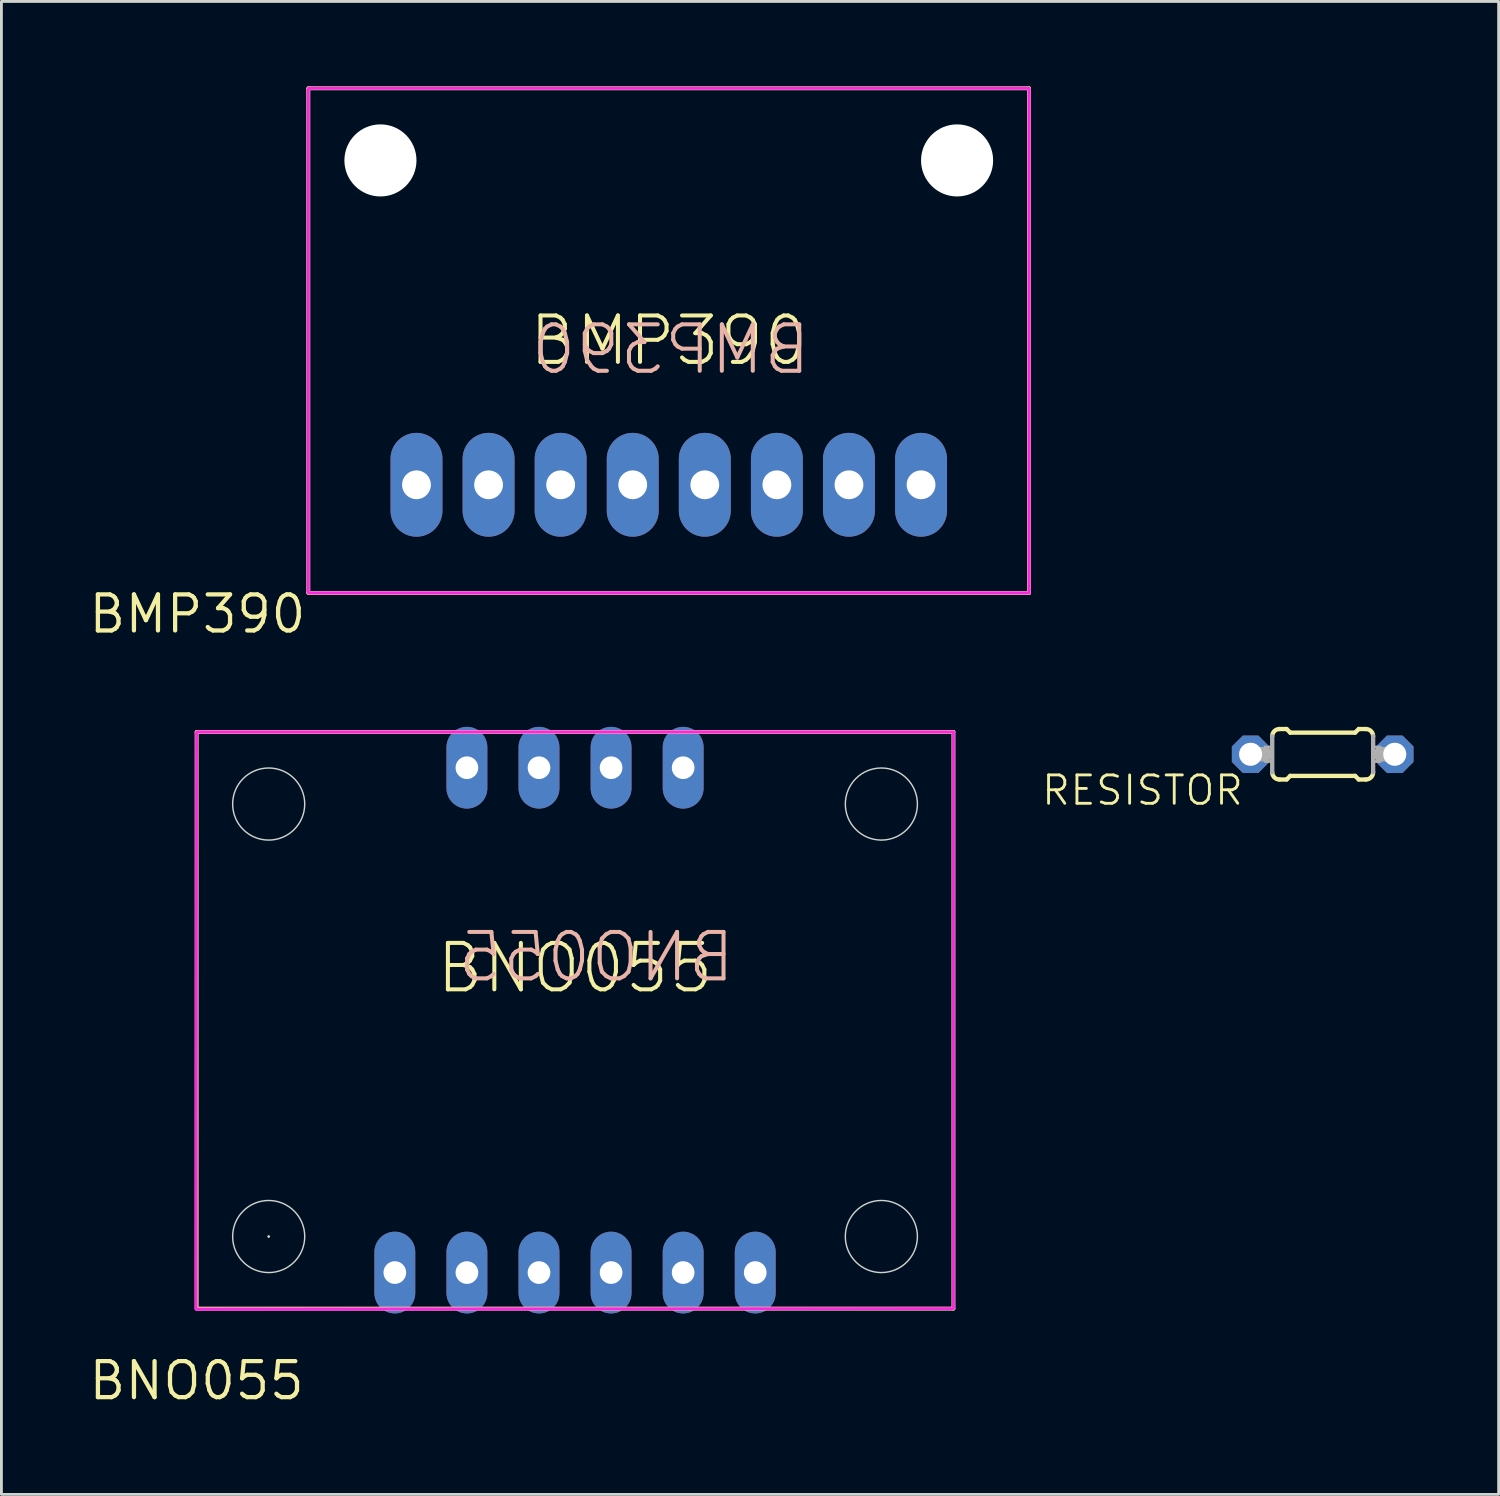
<source format=kicad_pcb>
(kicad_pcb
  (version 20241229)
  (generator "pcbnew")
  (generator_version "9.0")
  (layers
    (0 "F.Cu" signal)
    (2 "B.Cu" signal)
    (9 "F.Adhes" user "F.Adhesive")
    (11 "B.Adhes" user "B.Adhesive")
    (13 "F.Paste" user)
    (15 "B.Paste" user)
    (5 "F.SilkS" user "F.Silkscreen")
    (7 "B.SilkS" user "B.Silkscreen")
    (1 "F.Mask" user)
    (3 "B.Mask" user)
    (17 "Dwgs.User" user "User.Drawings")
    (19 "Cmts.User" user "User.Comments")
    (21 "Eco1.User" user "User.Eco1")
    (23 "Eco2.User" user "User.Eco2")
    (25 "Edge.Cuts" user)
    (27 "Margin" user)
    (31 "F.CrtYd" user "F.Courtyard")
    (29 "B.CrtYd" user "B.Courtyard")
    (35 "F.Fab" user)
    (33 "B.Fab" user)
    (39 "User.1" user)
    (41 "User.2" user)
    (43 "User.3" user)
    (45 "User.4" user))
  (footprint "BMP390"
    (layer "F.Cu")
    (at 7.816 17.843)
    (property "Reference" "BMP390" (at 0 0 0) (layer "F.SilkS") (effects (font (size 1.27 1.27) (thickness 0.15)) (justify right top)))
    (fp_line (start 0 -17.78) (end 0 0) (stroke (width 0.127) (type solid)) (layer "F.SilkS"))
    (fp_line (start 0 0) (end 25.4 0) (stroke (width 0.127) (type solid)) (layer "F.SilkS"))
    (fp_line (start 25.4 -17.78) (end 0 -17.78) (stroke (width 0.127) (type solid)) (layer "F.SilkS"))
    (fp_line (start 25.4 0) (end 25.4 -17.78) (stroke (width 0.127) (type solid)) (layer "F.SilkS"))
    (fp_line (start 0 -17.78) (end 0 0) (stroke (width 0.127) (type solid)) (layer "B.SilkS"))
    (fp_line (start 0 0) (end 25.4 0) (stroke (width 0.127) (type solid)) (layer "B.SilkS"))
    (fp_line (start 25.4 -17.78) (end 0 -17.78) (stroke (width 0.127) (type solid)) (layer "B.SilkS"))
    (fp_line (start 25.4 0) (end 25.4 -17.78) (stroke (width 0.127) (type solid)) (layer "B.SilkS"))
    (fp_poly (pts (xy 0 0) (xy 25.4 0) (xy 25.4 -17.78) (xy 0 -17.78)) (stroke (width 0.1) (type default)) (fill no) (layer "F.CrtYd"))
    (fp_text user "BMP390" (at 12.7 -8.89 0) (layer "F.SilkS") (effects (font (size 1.636 1.636) (thickness 0.142))))
    (fp_text user "BMP390" (at 17.78 -7.62 0) (unlocked yes) (layer "B.SilkS") (effects (font (size 1.636 1.636) (thickness 0.142)) (justify left bottom mirror)))
    (pad "" np_thru_hole circle (at 2.54 -15.24) (size 2.54 2.54) (drill 2.54) (layers "*.Cu" "*.Mask"))
    (pad "" np_thru_hole circle (at 22.86 -15.24) (size 2.54 2.54) (drill 2.54) (layers "*.Cu" "*.Mask"))
    (pad "3V0" thru_hole oval (at 6.35 -3.81 90) (size 3.658 1.829) (drill 1.016) (layers "*.Cu" "*.Mask"))
    (pad "CS" thru_hole oval (at 19.05 -3.81 90) (size 3.658 1.829) (drill 1.016) (layers "*.Cu" "*.Mask"))
    (pad "GND" thru_hole oval (at 8.89 -3.81 90) (size 3.658 1.829) (drill 1.016) (layers "*.Cu" "*.Mask"))
    (pad "INT" thru_hole oval (at 21.59 -3.81 90) (size 3.658 1.829) (drill 1.016) (layers "*.Cu" "*.Mask"))
    (pad "SCL" thru_hole oval (at 11.43 -3.81 90) (size 3.658 1.829) (drill 1.016) (layers "*.Cu" "*.Mask"))
    (pad "SDA" thru_hole oval (at 16.51 -3.81 90) (size 3.658 1.829) (drill 1.016) (layers "*.Cu" "*.Mask"))
    (pad "SDC" thru_hole oval (at 13.97 -3.81 90) (size 3.658 1.829) (drill 1.016) (layers "*.Cu" "*.Mask"))
    (pad "VIN" thru_hole oval (at 3.81 -3.81 90) (size 3.658 1.829) (drill 1.016) (layers "*.Cu" "*.Mask")))
  (footprint "RESISTOR"
    (layer "F.Cu")
    (at 38.479 26.069)
    (property "Reference" "RESISTOR" (at -1.27 -1.27 0) (unlocked yes) (layer "F.SilkS") (effects (font (size 1 1) (thickness 0.1))))
    (attr through_hole)
    (fp_line (start 3.556 -3.429) (end 3.81 -3.429) (stroke (width 0.152) (type solid)) (layer "F.SilkS"))
    (fp_line (start 3.556 -1.651) (end 3.81 -1.651) (stroke (width 0.152) (type solid)) (layer "F.SilkS"))
    (fp_line (start 3.937 -3.302) (end 3.81 -3.429) (stroke (width 0.152) (type solid)) (layer "F.SilkS"))
    (fp_line (start 3.937 -1.778) (end 3.81 -1.651) (stroke (width 0.152) (type solid)) (layer "F.SilkS"))
    (fp_line (start 6.223 -3.302) (end 3.937 -3.302) (stroke (width 0.152) (type solid)) (layer "F.SilkS"))
    (fp_line (start 6.223 -3.302) (end 6.35 -3.429) (stroke (width 0.152) (type solid)) (layer "F.SilkS"))
    (fp_line (start 6.223 -1.778) (end 3.937 -1.778) (stroke (width 0.152) (type solid)) (layer "F.SilkS"))
    (fp_line (start 6.223 -1.778) (end 6.35 -1.651) (stroke (width 0.152) (type solid)) (layer "F.SilkS"))
    (fp_line (start 6.604 -3.429) (end 6.35 -3.429) (stroke (width 0.152) (type solid)) (layer "F.SilkS"))
    (fp_line (start 6.604 -1.651) (end 6.35 -1.651) (stroke (width 0.152) (type solid)) (layer "F.SilkS"))
    (fp_arc (start 3.302 -3.175) (mid 3.376395 -3.354605) (end 3.556 -3.429) (stroke (width 0.1524) (type solid)) (layer "F.SilkS"))
    (fp_arc (start 3.556 -1.651) (mid 3.376395 -1.725395) (end 3.302 -1.905) (stroke (width 0.1524) (type solid)) (layer "F.SilkS"))
    (fp_arc (start 6.604 -3.429) (mid 6.783605 -3.354605) (end 6.858 -3.175) (stroke (width 0.1524) (type solid)) (layer "F.SilkS"))
    (fp_arc (start 6.858 -1.905) (mid 6.783605 -1.725395) (end 6.604 -1.651) (stroke (width 0.1524) (type solid)) (layer "F.SilkS"))
    (fp_line (start 2.54 -2.54) (end 3.048 -2.54) (stroke (width 0.508) (type solid)) (layer "F.Fab"))
    (fp_line (start 3.302 -1.905) (end 3.302 -3.175) (stroke (width 0.152) (type solid)) (layer "F.Fab"))
    (fp_line (start 6.858 -1.905) (end 6.858 -3.175) (stroke (width 0.152) (type solid)) (layer "F.Fab"))
    (fp_line (start 7.62 -2.54) (end 7.112 -2.54) (stroke (width 0.508) (type solid)) (layer "F.Fab"))
    (fp_poly (pts (xy 3.048 -2.286) (xy 3.302 -2.286) (xy 3.302 -2.794) (xy 3.048 -2.794)) (stroke (width 0.1) (type default)) (fill no) (layer "F.Fab"))
    (fp_poly (pts (xy 6.858 -2.286) (xy 7.112 -2.286) (xy 7.112 -2.794) (xy 6.858 -2.794)) (stroke (width 0.1) (type default)) (fill no) (layer "F.Fab"))
    (pad "1" thru_hole roundrect (at 2.54 -2.54) (size 1.321 1.321) (drill 0.813) (layers "*.Cu" "*.Mask") (roundrect_rratio 0.25) (chamfer_ratio 0.293) (chamfer top_left top_right bottom_left bottom_right))
    (pad "2" thru_hole roundrect (at 7.62 -2.54) (size 1.321 1.321) (drill 0.813) (layers "*.Cu" "*.Mask") (roundrect_rratio 0.25) (chamfer_ratio 0.293) (chamfer top_left top_right bottom_left bottom_right)))
  (footprint "BNO055"
    (layer "F.Cu")
    (at 3.878 43.063)
    (property "Reference" "BNO055" (at 0 2.54 0) (layer "F.SilkS") (effects (font (size 1.27 1.27) (thickness 0.15))))
    (fp_line (start 0 -20.32) (end 0 0) (stroke (width 0.127) (type solid)) (layer "F.SilkS"))
    (fp_line (start 0 0) (end 26.67 0) (stroke (width 0.127) (type solid)) (layer "F.SilkS"))
    (fp_line (start 26.67 -20.32) (end 0 -20.32) (stroke (width 0.127) (type solid)) (layer "F.SilkS"))
    (fp_line (start 26.67 0) (end 26.67 -20.32) (stroke (width 0.127) (type solid)) (layer "F.SilkS"))
    (fp_line (start 0 -20.32) (end 0 0) (stroke (width 0.127) (type solid)) (layer "B.SilkS"))
    (fp_line (start 0 0) (end 26.67 0) (stroke (width 0.127) (type solid)) (layer "B.SilkS"))
    (fp_line (start 26.67 -20.32) (end 0 -20.32) (stroke (width 0.127) (type solid)) (layer "B.SilkS"))
    (fp_line (start 26.67 0) (end 26.67 -20.32) (stroke (width 0.127) (type solid)) (layer "B.SilkS"))
    (fp_circle (center 2.54 -17.78) (end 3.81 -17.78) (stroke (width 0.05) (type default)) (fill no) (layer "Edge.Cuts"))
    (fp_circle (center 2.54 -2.54) (end 2.54 -2.54) (stroke (width 0.05) (type default)) (fill no) (layer "Edge.Cuts"))
    (fp_circle (center 2.54 -2.54) (end 3.81 -2.54) (stroke (width 0.05) (type default)) (fill no) (layer "Edge.Cuts"))
    (fp_circle (center 24.13 -17.78) (end 25.4 -17.78) (stroke (width 0.05) (type default)) (fill no) (layer "Edge.Cuts"))
    (fp_circle (center 24.13 -2.54) (end 25.4 -2.54) (stroke (width 0.05) (type default)) (fill no) (layer "Edge.Cuts"))
    (fp_poly (pts (xy -0.021 0.021) (xy 26.67 0) (xy 26.67 -20.32) (xy 0 -20.32)) (stroke (width 0.1) (type default)) (fill no) (layer "F.CrtYd"))
    (fp_text user "BNO055" (at 13.335 -12 0) (layer "F.SilkS") (effects (font (size 1.636 1.636) (thickness 0.142))))
    (fp_text user "BNO055" (at 19.05 -11.43 0) (unlocked yes) (layer "B.SilkS") (effects (font (size 1.636 1.636) (thickness 0.142)) (justify left bottom mirror)))
    (pad "3VO" thru_hole oval (at 9.525 -1.27 270) (size 2.88 1.44) (drill 0.8) (layers "*.Cu" "*.Mask"))
    (pad "ADR" thru_hole oval (at 17.145 -19.06 90) (size 2.88 1.44) (drill 0.8) (layers "*.Cu" "*.Mask"))
    (pad "GND" thru_hole oval (at 12.065 -1.27 90) (size 2.88 1.44) (drill 0.8) (layers "*.Cu" "*.Mask"))
    (pad "INT" thru_hole oval (at 14.605 -19.06 90) (size 2.88 1.44) (drill 0.8) (layers "*.Cu" "*.Mask"))
    (pad "PS0" thru_hole oval (at 9.525 -19.06 90) (size 2.88 1.44) (drill 0.8) (layers "*.Cu" "*.Mask"))
    (pad "PS1" thru_hole oval (at 12.065 -19.06 90) (size 2.88 1.44) (drill 0.8) (layers "*.Cu" "*.Mask"))
    (pad "RST" thru_hole oval (at 19.685 -1.27 90) (size 2.88 1.44) (drill 0.8) (layers "*.Cu" "*.Mask"))
    (pad "SCL" thru_hole oval (at 17.145 -1.27 90) (size 2.88 1.44) (drill 0.8) (layers "*.Cu" "*.Mask"))
    (pad "SDA" thru_hole oval (at 14.605 -1.27 90) (size 2.88 1.44) (drill 0.8) (layers "*.Cu" "*.Mask"))
    (pad "VIN" thru_hole oval (at 6.985 -1.27 90) (size 2.88 1.44) (drill 0.8) (layers "*.Cu" "*.Mask")))
  (gr_rect
    (start -3 -3)
    (end 49.759 49.61)
    (stroke (width 0.1) (type default))
    (fill no)
    (layer "Edge.Cuts")))
</source>
